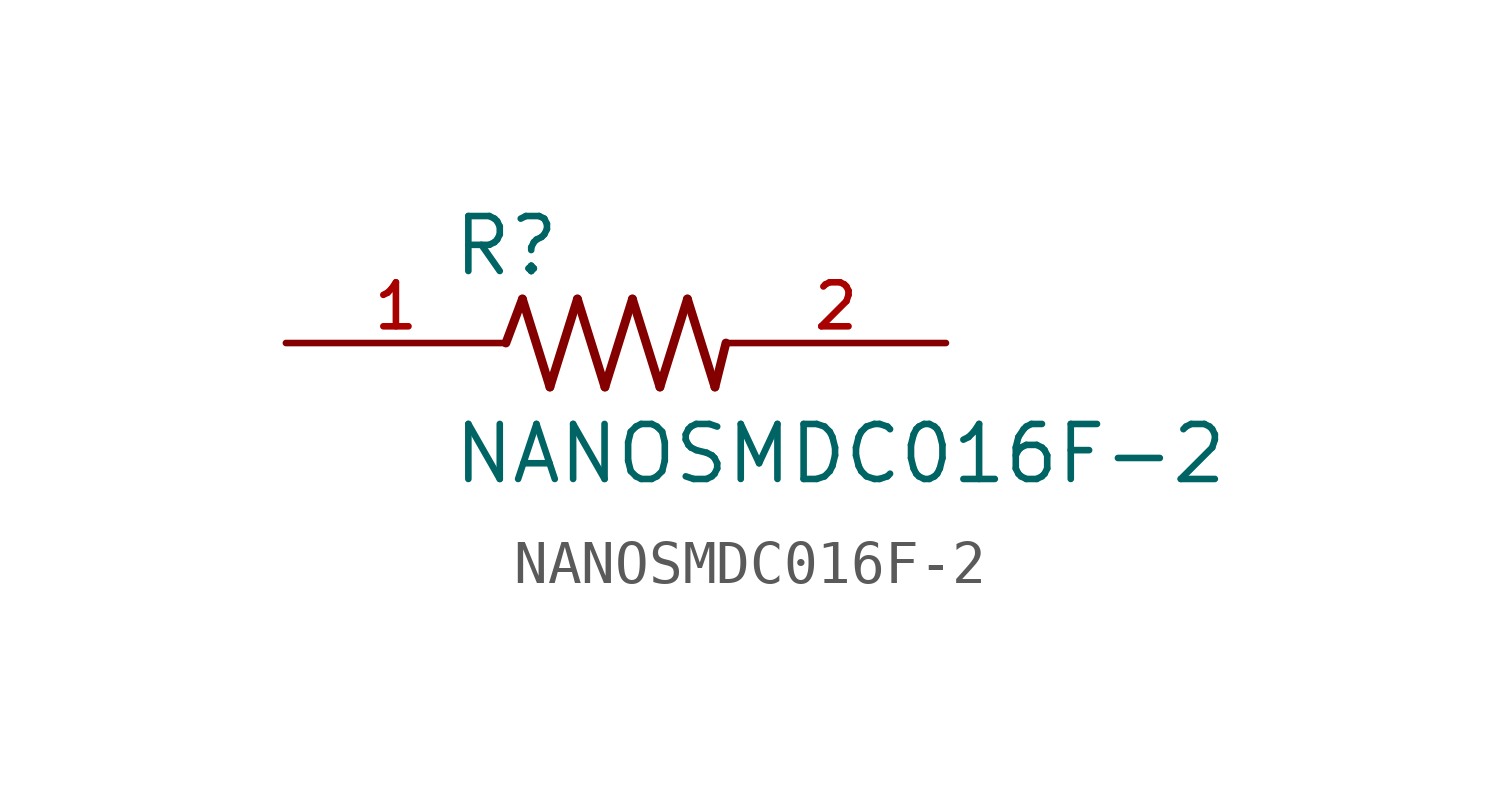
<source format=kicad_sym>
(kicad_symbol_lib
  (version 20211014)
  (generator kicad_symbol_editor)
  (symbol "NANOSMDC016F-2"
    (pin_names
      (offset 1.016))
    (property "Reference" "R"
      (at -3.81 1.499 0)
      (effects (font (size 1.27 1.27)) (justify bottom left)))
    (property "Value" "NANOSMDC016F-2"
      (at -3.81 -3.302 0)
      (effects (font (size 1.27 1.27)) (justify bottom left)))
    (symbol "NANOSMDC016F-2_0_0"
      (polyline (pts (xy -2.54 0.0) (xy -2.159 1.016)) (stroke (width 0.203)))
      (polyline (pts (xy -2.159 1.016) (xy -1.524 -1.016)) (stroke (width 0.203)))
      (polyline (pts (xy -1.524 -1.016) (xy -0.889 1.016)) (stroke (width 0.203)))
      (polyline (pts (xy -0.889 1.016) (xy -0.254 -1.016)) (stroke (width 0.203)))
      (polyline (pts (xy -0.254 -1.016) (xy 0.381 1.016)) (stroke (width 0.203)))
      (polyline (pts (xy 0.381 1.016) (xy 1.016 -1.016)) (stroke (width 0.203)))
      (polyline (pts (xy 1.016 -1.016) (xy 1.651 1.016)) (stroke (width 0.203)))
      (polyline (pts (xy 1.651 1.016) (xy 2.286 -1.016)) (stroke (width 0.203)))
      (polyline (pts (xy 2.286 -1.016) (xy 2.54 0.0)) (stroke (width 0.203)))
      (pin passive line (at 7.62 0.0 180.0) (length 5.08) (name "~" (effects (font (size 1.016 1.016)))) (number "2" (effects (font (size 1.016 1.016)))))
      (pin passive line (at -7.62 0.0 0) (length 5.08) (name "~" (effects (font (size 1.016 1.016)))) (number "1" (effects (font (size 1.016 1.016))))))))
</source>
